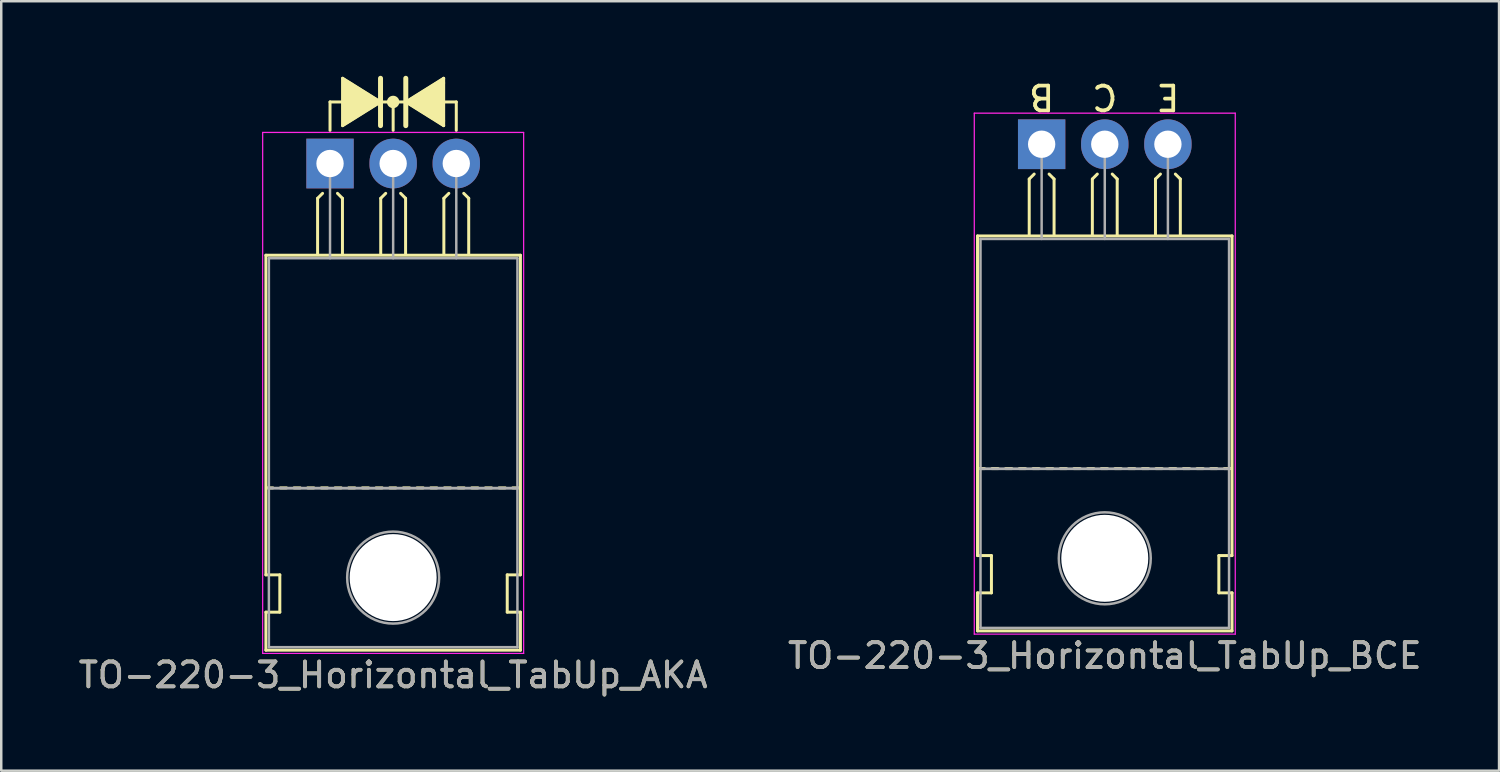
<source format=kicad_pcb>
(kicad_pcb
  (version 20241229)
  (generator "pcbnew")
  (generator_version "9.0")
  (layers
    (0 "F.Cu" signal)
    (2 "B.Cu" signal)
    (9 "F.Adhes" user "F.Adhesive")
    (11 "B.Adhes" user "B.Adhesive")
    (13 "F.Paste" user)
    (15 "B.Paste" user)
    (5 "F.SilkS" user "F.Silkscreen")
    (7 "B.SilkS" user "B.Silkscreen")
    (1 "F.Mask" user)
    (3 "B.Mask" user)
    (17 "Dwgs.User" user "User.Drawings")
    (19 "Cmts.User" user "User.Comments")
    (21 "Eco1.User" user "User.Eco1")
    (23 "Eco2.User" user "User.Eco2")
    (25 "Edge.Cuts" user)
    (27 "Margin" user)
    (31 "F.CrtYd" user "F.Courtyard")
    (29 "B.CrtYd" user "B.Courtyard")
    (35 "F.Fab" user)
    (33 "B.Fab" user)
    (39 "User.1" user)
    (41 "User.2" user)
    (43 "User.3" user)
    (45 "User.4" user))
  (footprint "TO-220-3_Horizontal_TabUp_AKA"
    (layer "F.Cu")
    (at 10.228 3.529)
    (property "Reference" "TO-220-3_Horizontal_TabUp_AKA" (at 2.54 20.58 0) (layer "F.SilkS") (effects (font (size 1 1) (thickness 0.15))))
    (attr through_hole)
    (fp_line (start -2.58 16.55) (end -2.58 3.69) (stroke (width 0.12) (type solid)) (layer "F.SilkS"))
    (fp_line (start -2.58 16.55) (end -2.02 16.55) (stroke (width 0.12) (type solid)) (layer "F.SilkS"))
    (fp_line (start -2.58 19.58) (end -2.58 18.05) (stroke (width 0.12) (type solid)) (layer "F.SilkS"))
    (fp_line (start -2.3 13.05) (end -2.55 13.05) (stroke (width 0.12) (type solid)) (layer "F.SilkS"))
    (fp_line (start -2.02 16.55) (end -2.02 18.05) (stroke (width 0.12) (type solid)) (layer "F.SilkS"))
    (fp_line (start -2.02 18.05) (end -2.58 18.05) (stroke (width 0.12) (type solid)) (layer "F.SilkS"))
    (fp_line (start -1.75 13.05) (end -2 13.05) (stroke (width 0.12) (type solid)) (layer "F.SilkS"))
    (fp_line (start -1.2 13.05) (end -1.45 13.05) (stroke (width 0.12) (type solid)) (layer "F.SilkS"))
    (fp_line (start -0.65 13.05) (end -0.9 13.05) (stroke (width 0.12) (type solid)) (layer "F.SilkS"))
    (fp_line (start -0.5 1.4) (end -0.3 1.2) (stroke (width 0.12) (type solid)) (layer "F.SilkS"))
    (fp_line (start -0.5 3.65) (end -0.5 1.4) (stroke (width 0.12) (type solid)) (layer "F.SilkS"))
    (fp_line (start -0.1 13.05) (end -0.35 13.05) (stroke (width 0.12) (type solid)) (layer "F.SilkS"))
    (fp_line (start 0 -2.477) (end 0.508 -2.477) (stroke (width 0.12) (type solid)) (layer "F.SilkS"))
    (fp_line (start 0 -1.333) (end 0 -2.477) (stroke (width 0.12) (type solid)) (layer "F.SilkS"))
    (fp_line (start 0.45 13.05) (end 0.2 13.05) (stroke (width 0.12) (type solid)) (layer "F.SilkS"))
    (fp_line (start 0.5 1.4) (end 0.3 1.2) (stroke (width 0.12) (type solid)) (layer "F.SilkS"))
    (fp_line (start 0.5 3.65) (end 0.5 1.4) (stroke (width 0.12) (type solid)) (layer "F.SilkS"))
    (fp_line (start 0.508 -3.429) (end 0.508 -1.524) (stroke (width 0.12) (type solid)) (layer "F.SilkS"))
    (fp_line (start 0.508 -1.524) (end 2.032 -2.477) (stroke (width 0.12) (type solid)) (layer "F.SilkS"))
    (fp_line (start 1 13.05) (end 0.75 13.05) (stroke (width 0.12) (type solid)) (layer "F.SilkS"))
    (fp_line (start 1.55 13.05) (end 1.3 13.05) (stroke (width 0.12) (type solid)) (layer "F.SilkS"))
    (fp_line (start 2.032 -2.477) (end 0.508 -3.429) (stroke (width 0.12) (type solid)) (layer "F.SilkS"))
    (fp_line (start 2.032 -1.524) (end 2.032 -3.429) (stroke (width 0.2) (type solid)) (layer "F.SilkS"))
    (fp_line (start 2.04 1.4) (end 2.24 1.2) (stroke (width 0.12) (type solid)) (layer "F.SilkS"))
    (fp_line (start 2.04 3.65) (end 2.04 1.4) (stroke (width 0.12) (type solid)) (layer "F.SilkS"))
    (fp_line (start 2.1 13.05) (end 1.85 13.05) (stroke (width 0.12) (type solid)) (layer "F.SilkS"))
    (fp_line (start 2.54 -2.477) (end 2.032 -2.477) (stroke (width 0.12) (type solid)) (layer "F.SilkS"))
    (fp_line (start 2.54 -2.477) (end 3.048 -2.477) (stroke (width 0.12) (type solid)) (layer "F.SilkS"))
    (fp_line (start 2.54 -1.333) (end 2.54 -2.477) (stroke (width 0.12) (type solid)) (layer "F.SilkS"))
    (fp_line (start 2.65 13.05) (end 2.4 13.05) (stroke (width 0.12) (type solid)) (layer "F.SilkS"))
    (fp_line (start 3.04 1.4) (end 2.84 1.2) (stroke (width 0.12) (type solid)) (layer "F.SilkS"))
    (fp_line (start 3.04 3.65) (end 3.04 1.4) (stroke (width 0.12) (type solid)) (layer "F.SilkS"))
    (fp_line (start 3.048 -3.429) (end 3.048 -1.524) (stroke (width 0.2) (type solid)) (layer "F.SilkS"))
    (fp_line (start 3.048 -2.477) (end 4.572 -3.429) (stroke (width 0.12) (type solid)) (layer "F.SilkS"))
    (fp_line (start 3.048 -2.477) (end 4.572 -1.524) (stroke (width 0.12) (type solid)) (layer "F.SilkS"))
    (fp_line (start 3.2 13.05) (end 2.95 13.05) (stroke (width 0.12) (type solid)) (layer "F.SilkS"))
    (fp_line (start 3.75 13.05) (end 3.5 13.05) (stroke (width 0.12) (type solid)) (layer "F.SilkS"))
    (fp_line (start 4.3 13.05) (end 4.05 13.05) (stroke (width 0.12) (type solid)) (layer "F.SilkS"))
    (fp_line (start 4.572 -3.239) (end 4.572 -3.429) (stroke (width 0.12) (type solid)) (layer "F.SilkS"))
    (fp_line (start 4.572 -1.714) (end 4.572 -3.239) (stroke (width 0.12) (type solid)) (layer "F.SilkS"))
    (fp_line (start 4.572 -1.714) (end 4.572 -1.524) (stroke (width 0.12) (type solid)) (layer "F.SilkS"))
    (fp_line (start 4.58 1.4) (end 4.78 1.2) (stroke (width 0.12) (type solid)) (layer "F.SilkS"))
    (fp_line (start 4.58 3.65) (end 4.58 1.4) (stroke (width 0.12) (type solid)) (layer "F.SilkS"))
    (fp_line (start 4.85 13.05) (end 4.6 13.05) (stroke (width 0.12) (type solid)) (layer "F.SilkS"))
    (fp_line (start 5.08 -2.477) (end 4.572 -2.477) (stroke (width 0.12) (type solid)) (layer "F.SilkS"))
    (fp_line (start 5.08 -1.333) (end 5.08 -2.477) (stroke (width 0.12) (type solid)) (layer "F.SilkS"))
    (fp_line (start 5.4 13.05) (end 5.15 13.05) (stroke (width 0.12) (type solid)) (layer "F.SilkS"))
    (fp_line (start 5.58 1.4) (end 5.38 1.2) (stroke (width 0.12) (type solid)) (layer "F.SilkS"))
    (fp_line (start 5.58 3.65) (end 5.58 1.4) (stroke (width 0.12) (type solid)) (layer "F.SilkS"))
    (fp_line (start 5.95 13.05) (end 5.7 13.05) (stroke (width 0.12) (type solid)) (layer "F.SilkS"))
    (fp_line (start 6.5 13.05) (end 6.25 13.05) (stroke (width 0.12) (type solid)) (layer "F.SilkS"))
    (fp_line (start 7.05 13.05) (end 6.8 13.05) (stroke (width 0.12) (type solid)) (layer "F.SilkS"))
    (fp_line (start 7.13 16.55) (end 7.655 16.55) (stroke (width 0.12) (type solid)) (layer "F.SilkS"))
    (fp_line (start 7.13 18.05) (end 7.13 16.55) (stroke (width 0.12) (type solid)) (layer "F.SilkS"))
    (fp_line (start 7.6 13.05) (end 7.35 13.05) (stroke (width 0.12) (type solid)) (layer "F.SilkS"))
    (fp_line (start 7.66 3.69) (end -2.58 3.69) (stroke (width 0.12) (type solid)) (layer "F.SilkS"))
    (fp_line (start 7.66 16.55) (end 7.66 3.69) (stroke (width 0.12) (type solid)) (layer "F.SilkS"))
    (fp_line (start 7.66 18.05) (end 7.13 18.05) (stroke (width 0.12) (type solid)) (layer "F.SilkS"))
    (fp_line (start 7.66 19.58) (end -2.58 19.58) (stroke (width 0.12) (type solid)) (layer "F.SilkS"))
    (fp_line (start 7.66 19.58) (end 7.66 18.05) (stroke (width 0.12) (type solid)) (layer "F.SilkS"))
    (fp_circle (center 2.54 -2.477) (end 2.54 -2.667) (stroke (width 0.12) (type solid)) (fill no) (layer "F.SilkS"))
    (fp_circle (center 2.54 -2.477) (end 2.54 -2.603) (stroke (width 0.12) (type solid)) (fill no) (layer "F.SilkS"))
    (fp_circle (center 2.54 -2.477) (end 2.54 -2.54) (stroke (width 0.12) (type solid)) (fill no) (layer "F.SilkS"))
    (fp_poly (pts (xy 0.508 -3.429) (xy 2.032 -2.477) (xy 0.508 -1.524)) (stroke (width 0.1) (type solid)) (fill yes) (layer "F.SilkS"))
    (fp_poly (pts (xy 3.048 -2.477) (xy 4.572 -3.429) (xy 4.572 -1.524)) (stroke (width 0.1) (type solid)) (fill yes) (layer "F.SilkS"))
    (fp_line (start -2.71 -1.25) (end -2.71 19.71) (stroke (width 0.05) (type solid)) (layer "F.CrtYd"))
    (fp_line (start -2.71 19.71) (end 7.79 19.71) (stroke (width 0.05) (type solid)) (layer "F.CrtYd"))
    (fp_line (start 7.79 -1.25) (end -2.71 -1.25) (stroke (width 0.05) (type solid)) (layer "F.CrtYd"))
    (fp_line (start 7.79 19.71) (end 7.79 -1.25) (stroke (width 0.05) (type solid)) (layer "F.CrtYd"))
    (fp_line (start -2.46 3.81) (end -2.46 13.06) (stroke (width 0.1) (type solid)) (layer "F.Fab"))
    (fp_line (start -2.46 13.06) (end -2.46 19.46) (stroke (width 0.1) (type solid)) (layer "F.Fab"))
    (fp_line (start -2.46 13.06) (end 7.54 13.06) (stroke (width 0.1) (type solid)) (layer "F.Fab"))
    (fp_line (start -2.46 19.46) (end 7.54 19.46) (stroke (width 0.1) (type solid)) (layer "F.Fab"))
    (fp_line (start 0 3.81) (end 0 0) (stroke (width 0.1) (type solid)) (layer "F.Fab"))
    (fp_line (start 2.54 3.81) (end 2.54 0) (stroke (width 0.1) (type solid)) (layer "F.Fab"))
    (fp_line (start 5.08 3.81) (end 5.08 0) (stroke (width 0.1) (type solid)) (layer "F.Fab"))
    (fp_line (start 7.54 3.81) (end -2.46 3.81) (stroke (width 0.1) (type solid)) (layer "F.Fab"))
    (fp_line (start 7.54 13.06) (end -2.46 13.06) (stroke (width 0.1) (type solid)) (layer "F.Fab"))
    (fp_line (start 7.54 13.06) (end 7.54 3.81) (stroke (width 0.1) (type solid)) (layer "F.Fab"))
    (fp_line (start 7.54 19.46) (end 7.54 13.06) (stroke (width 0.1) (type solid)) (layer "F.Fab"))
    (fp_circle (center 2.54 16.66) (end 4.39 16.66) (stroke (width 0.1) (type solid)) (fill no) (layer "F.Fab"))
    (fp_text user "${REFERENCE}" (at 2.54 20.58 0) (layer "F.Fab") (effects (font (size 1 1) (thickness 0.15))))
    (pad "" np_thru_hole oval (at 2.54 16.66) (size 3.5 3.5) (drill 3.5) (layers "*.Cu" "*.Mask"))
    (pad "1" thru_hole rect (at 0 0) (size 1.905 2) (drill 1.1) (layers "*.Cu" "*.Mask"))
    (pad "2" thru_hole oval (at 2.54 0) (size 1.905 2) (drill 1.1) (layers "*.Cu" "*.Mask"))
    (pad "3" thru_hole oval (at 5.08 0) (size 1.905 2) (drill 1.1) (layers "*.Cu" "*.Mask")))
  (footprint "TO-220-3_Horizontal_TabUp_BCE"
    (layer "F.Cu")
    (at 38.859 2.753)
    (property "Reference" "TO-220-3_Horizontal_TabUp_BCE" (at 2.54 20.58 0) (layer "F.SilkS") (effects (font (size 1 1) (thickness 0.15))))
    (fp_line (start -2.58 16.55) (end -2.58 3.69) (stroke (width 0.12) (type solid)) (layer "F.SilkS"))
    (fp_line (start -2.58 16.55) (end -2.02 16.55) (stroke (width 0.12) (type solid)) (layer "F.SilkS"))
    (fp_line (start -2.58 19.58) (end -2.58 18.05) (stroke (width 0.12) (type solid)) (layer "F.SilkS"))
    (fp_line (start -2.3 13.05) (end -2.55 13.05) (stroke (width 0.12) (type solid)) (layer "F.SilkS"))
    (fp_line (start -2.02 16.55) (end -2.02 18.05) (stroke (width 0.12) (type solid)) (layer "F.SilkS"))
    (fp_line (start -2.02 18.05) (end -2.58 18.05) (stroke (width 0.12) (type solid)) (layer "F.SilkS"))
    (fp_line (start -1.75 13.05) (end -2 13.05) (stroke (width 0.12) (type solid)) (layer "F.SilkS"))
    (fp_line (start -1.2 13.05) (end -1.45 13.05) (stroke (width 0.12) (type solid)) (layer "F.SilkS"))
    (fp_line (start -0.65 13.05) (end -0.9 13.05) (stroke (width 0.12) (type solid)) (layer "F.SilkS"))
    (fp_line (start -0.5 1.4) (end -0.3 1.2) (stroke (width 0.12) (type solid)) (layer "F.SilkS"))
    (fp_line (start -0.5 3.65) (end -0.5 1.4) (stroke (width 0.12) (type solid)) (layer "F.SilkS"))
    (fp_line (start -0.1 13.05) (end -0.35 13.05) (stroke (width 0.12) (type solid)) (layer "F.SilkS"))
    (fp_line (start 0.45 13.05) (end 0.2 13.05) (stroke (width 0.12) (type solid)) (layer "F.SilkS"))
    (fp_line (start 0.5 1.4) (end 0.3 1.2) (stroke (width 0.12) (type solid)) (layer "F.SilkS"))
    (fp_line (start 0.5 3.65) (end 0.5 1.4) (stroke (width 0.12) (type solid)) (layer "F.SilkS"))
    (fp_line (start 1 13.05) (end 0.75 13.05) (stroke (width 0.12) (type solid)) (layer "F.SilkS"))
    (fp_line (start 1.55 13.05) (end 1.3 13.05) (stroke (width 0.12) (type solid)) (layer "F.SilkS"))
    (fp_line (start 2.04 1.4) (end 2.24 1.2) (stroke (width 0.12) (type solid)) (layer "F.SilkS"))
    (fp_line (start 2.04 3.65) (end 2.04 1.4) (stroke (width 0.12) (type solid)) (layer "F.SilkS"))
    (fp_line (start 2.1 13.05) (end 1.85 13.05) (stroke (width 0.12) (type solid)) (layer "F.SilkS"))
    (fp_line (start 2.65 13.05) (end 2.4 13.05) (stroke (width 0.12) (type solid)) (layer "F.SilkS"))
    (fp_line (start 3.04 1.4) (end 2.84 1.2) (stroke (width 0.12) (type solid)) (layer "F.SilkS"))
    (fp_line (start 3.04 3.65) (end 3.04 1.4) (stroke (width 0.12) (type solid)) (layer "F.SilkS"))
    (fp_line (start 3.2 13.05) (end 2.95 13.05) (stroke (width 0.12) (type solid)) (layer "F.SilkS"))
    (fp_line (start 3.75 13.05) (end 3.5 13.05) (stroke (width 0.12) (type solid)) (layer "F.SilkS"))
    (fp_line (start 4.3 13.05) (end 4.05 13.05) (stroke (width 0.12) (type solid)) (layer "F.SilkS"))
    (fp_line (start 4.58 1.4) (end 4.78 1.2) (stroke (width 0.12) (type solid)) (layer "F.SilkS"))
    (fp_line (start 4.58 3.65) (end 4.58 1.4) (stroke (width 0.12) (type solid)) (layer "F.SilkS"))
    (fp_line (start 4.85 13.05) (end 4.6 13.05) (stroke (width 0.12) (type solid)) (layer "F.SilkS"))
    (fp_line (start 5.4 13.05) (end 5.15 13.05) (stroke (width 0.12) (type solid)) (layer "F.SilkS"))
    (fp_line (start 5.58 1.4) (end 5.38 1.2) (stroke (width 0.12) (type solid)) (layer "F.SilkS"))
    (fp_line (start 5.58 3.65) (end 5.58 1.4) (stroke (width 0.12) (type solid)) (layer "F.SilkS"))
    (fp_line (start 5.95 13.05) (end 5.7 13.05) (stroke (width 0.12) (type solid)) (layer "F.SilkS"))
    (fp_line (start 6.5 13.05) (end 6.25 13.05) (stroke (width 0.12) (type solid)) (layer "F.SilkS"))
    (fp_line (start 7.05 13.05) (end 6.8 13.05) (stroke (width 0.12) (type solid)) (layer "F.SilkS"))
    (fp_line (start 7.13 16.55) (end 7.655 16.55) (stroke (width 0.12) (type solid)) (layer "F.SilkS"))
    (fp_line (start 7.13 18.05) (end 7.13 16.55) (stroke (width 0.12) (type solid)) (layer "F.SilkS"))
    (fp_line (start 7.6 13.05) (end 7.35 13.05) (stroke (width 0.12) (type solid)) (layer "F.SilkS"))
    (fp_line (start 7.66 3.69) (end -2.58 3.69) (stroke (width 0.12) (type solid)) (layer "F.SilkS"))
    (fp_line (start 7.66 16.55) (end 7.66 3.69) (stroke (width 0.12) (type solid)) (layer "F.SilkS"))
    (fp_line (start 7.66 18.05) (end 7.13 18.05) (stroke (width 0.12) (type solid)) (layer "F.SilkS"))
    (fp_line (start 7.66 19.58) (end -2.58 19.58) (stroke (width 0.12) (type solid)) (layer "F.SilkS"))
    (fp_line (start 7.66 19.58) (end 7.66 18.05) (stroke (width 0.12) (type solid)) (layer "F.SilkS"))
    (fp_line (start -2.71 -1.25) (end -2.71 19.71) (stroke (width 0.05) (type solid)) (layer "F.CrtYd"))
    (fp_line (start -2.71 19.71) (end 7.79 19.71) (stroke (width 0.05) (type solid)) (layer "F.CrtYd"))
    (fp_line (start 7.79 -1.25) (end -2.71 -1.25) (stroke (width 0.05) (type solid)) (layer "F.CrtYd"))
    (fp_line (start 7.79 19.71) (end 7.79 -1.25) (stroke (width 0.05) (type solid)) (layer "F.CrtYd"))
    (fp_line (start -2.46 3.81) (end -2.46 13.06) (stroke (width 0.1) (type solid)) (layer "F.Fab"))
    (fp_line (start -2.46 13.06) (end -2.46 19.46) (stroke (width 0.1) (type solid)) (layer "F.Fab"))
    (fp_line (start -2.46 13.06) (end 7.54 13.06) (stroke (width 0.1) (type solid)) (layer "F.Fab"))
    (fp_line (start -2.46 19.46) (end 7.54 19.46) (stroke (width 0.1) (type solid)) (layer "F.Fab"))
    (fp_line (start 0 3.81) (end 0 0) (stroke (width 0.1) (type solid)) (layer "F.Fab"))
    (fp_line (start 2.54 3.81) (end 2.54 0) (stroke (width 0.1) (type solid)) (layer "F.Fab"))
    (fp_line (start 5.08 3.81) (end 5.08 0) (stroke (width 0.1) (type solid)) (layer "F.Fab"))
    (fp_line (start 7.54 3.81) (end -2.46 3.81) (stroke (width 0.1) (type solid)) (layer "F.Fab"))
    (fp_line (start 7.54 13.06) (end -2.46 13.06) (stroke (width 0.1) (type solid)) (layer "F.Fab"))
    (fp_line (start 7.54 13.06) (end 7.54 3.81) (stroke (width 0.1) (type solid)) (layer "F.Fab"))
    (fp_line (start 7.54 19.46) (end 7.54 13.06) (stroke (width 0.1) (type solid)) (layer "F.Fab"))
    (fp_circle (center 2.54 16.66) (end 4.39 16.66) (stroke (width 0.1) (type solid)) (fill no) (layer "F.Fab"))
    (fp_text user "E" (at 5.08 -1.905 180) (unlocked yes) (layer "F.SilkS") (effects (font (size 1 1) (thickness 0.15))))
    (fp_text user "C" (at 2.54 -1.905 180) (unlocked yes) (layer "F.SilkS") (effects (font (size 1 1) (thickness 0.15))))
    (fp_text user "B" (at 0 -1.905 180) (unlocked yes) (layer "F.SilkS") (effects (font (size 1 1) (thickness 0.15))))
    (fp_text user "${REFERENCE}" (at 2.54 20.58 0) (layer "F.Fab") (effects (font (size 1 1) (thickness 0.15))))
    (pad "" np_thru_hole oval (at 2.54 16.66) (size 3.5 3.5) (drill 3.5) (layers "*.Cu" "*.Mask"))
    (pad "1" thru_hole rect (at 0 0) (size 1.905 2) (drill 1.1) (layers "*.Cu" "*.Mask"))
    (pad "2" thru_hole oval (at 2.54 0) (size 1.905 2) (drill 1.1) (layers "*.Cu" "*.Mask"))
    (pad "3" thru_hole oval (at 5.08 0) (size 1.905 2) (drill 1.1) (layers "*.Cu" "*.Mask")))
  (gr_rect
    (start -3 -3)
    (end 57.262 27.957)
    (stroke (width 0.1) (type default))
    (fill no)
    (layer "Edge.Cuts")))
</source>
